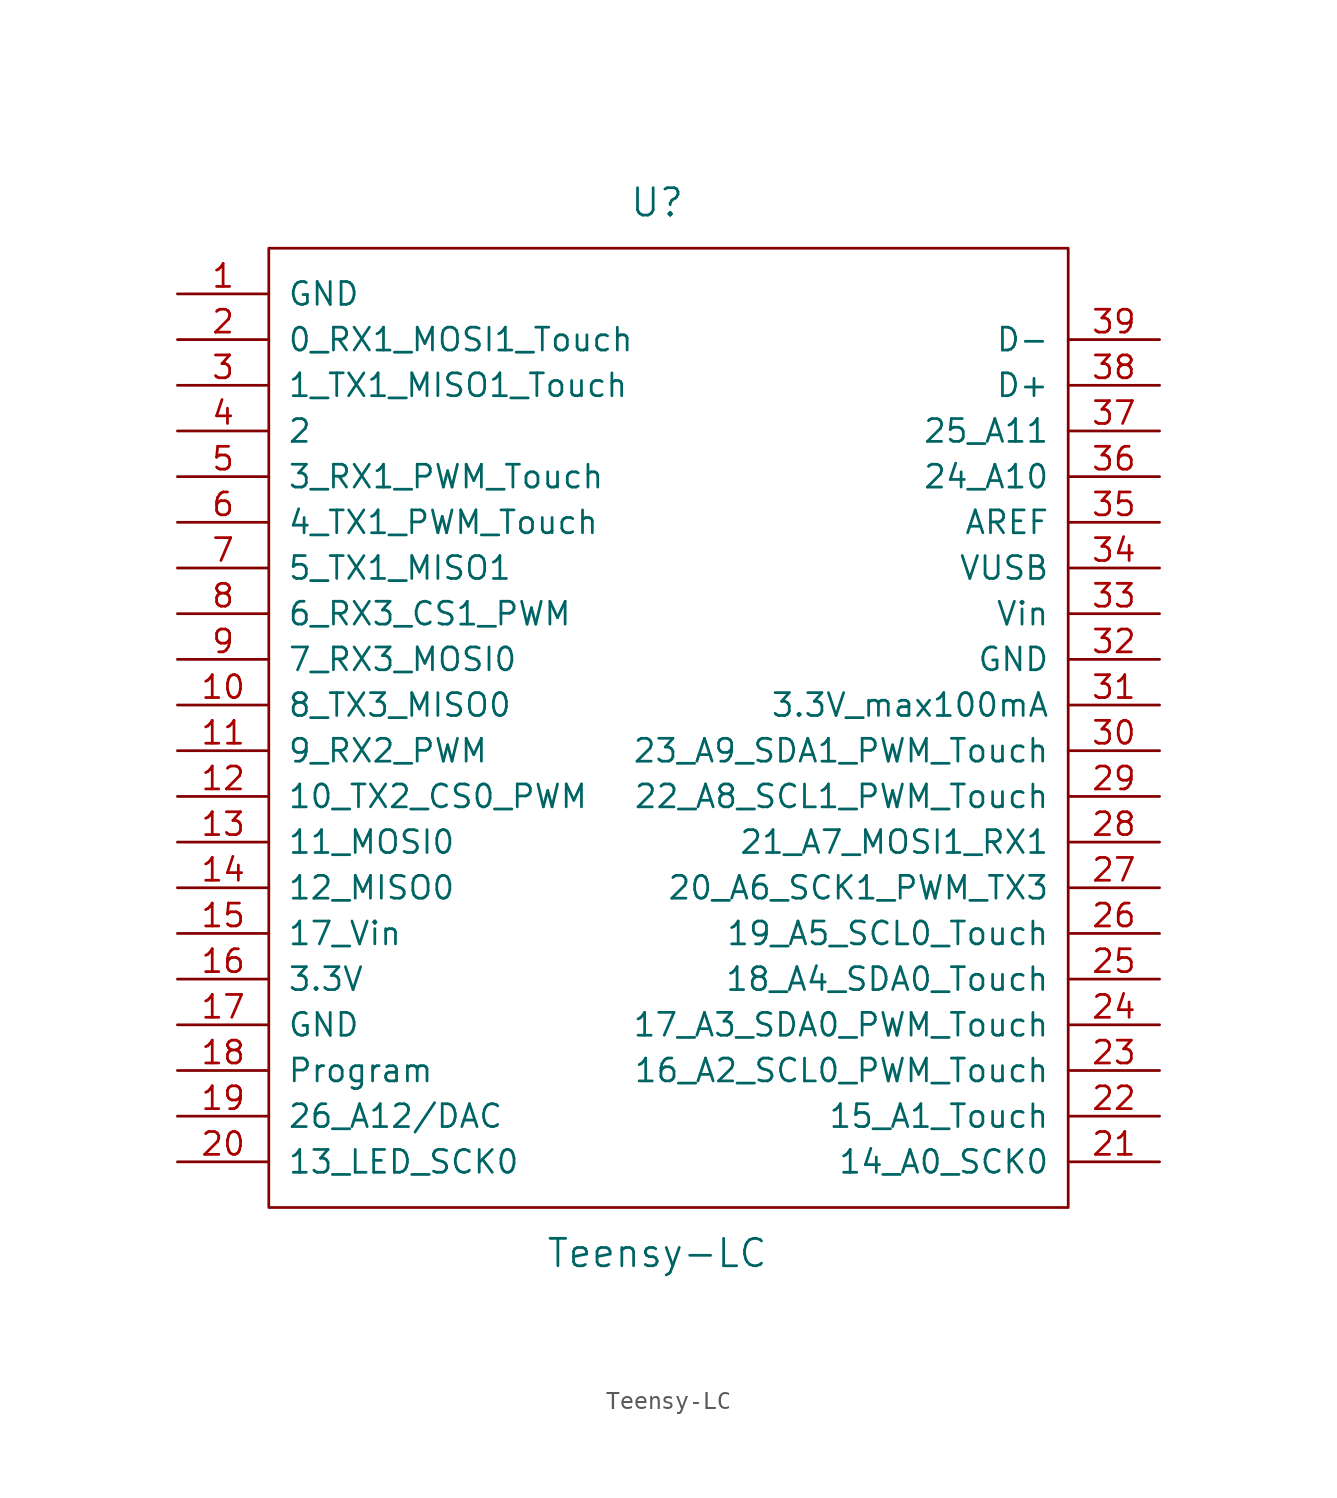
<source format=kicad_sym>
(kicad_symbol_lib
  (version 20211014)
  (generator kicad_symbol_editor)
  (symbol "Teensy-LC"
    (pin_names
      (offset 1.016))
    (property "Reference" "U"
      (at 0 29.21 0)
      (effects (font (size 1.524 1.524))))
    (property "Value" "Teensy-LC"
      (at 0 -29.21 0)
      (effects (font (size 1.524 1.524))))
    (property "Footprint" ""
      (at 0 -13.97 0)
      (effects (font (size 1.524 1.524))))
    (property "Datasheet" ""
      (at 0 -13.97 0)
      (effects (font (size 1.524 1.524))))
    (symbol "Teensy-LC_0_1"
      (rectangle (start -21.59 26.67) (end 22.86 -26.67) (stroke (width 0) (type default) (color 0 0 0 0)) (fill (type none))))
    (symbol "Teensy-LC_1_1"
      (pin power_in line (at -26.67 24.13 0) (length 5.08) (name "GND" (effects (font (size 1.27 1.27)))) (number "1" (effects (font (size 1.27 1.27)))))
      (pin bidirectional line (at -26.67 1.27 0) (length 5.08) (name "8_TX3_MISO0" (effects (font (size 1.27 1.27)))) (number "10" (effects (font (size 1.27 1.27)))))
      (pin bidirectional line (at -26.67 -1.27 0) (length 5.08) (name "9_RX2_PWM" (effects (font (size 1.27 1.27)))) (number "11" (effects (font (size 1.27 1.27)))))
      (pin bidirectional line (at -26.67 -3.81 0) (length 5.08) (name "10_TX2_CS0_PWM" (effects (font (size 1.27 1.27)))) (number "12" (effects (font (size 1.27 1.27)))))
      (pin bidirectional line (at -26.67 -6.35 0) (length 5.08) (name "11_MOSI0" (effects (font (size 1.27 1.27)))) (number "13" (effects (font (size 1.27 1.27)))))
      (pin bidirectional line (at -26.67 -8.89 0) (length 5.08) (name "12_MISO0" (effects (font (size 1.27 1.27)))) (number "14" (effects (font (size 1.27 1.27)))))
      (pin output line (at -26.67 -11.43 0) (length 5.08) (name "17_Vin" (effects (font (size 1.27 1.27)))) (number "15" (effects (font (size 1.27 1.27)))))
      (pin power_in line (at -26.67 -13.97 0) (length 5.08) (name "3.3V" (effects (font (size 1.27 1.27)))) (number "16" (effects (font (size 1.27 1.27)))))
      (pin power_in line (at -26.67 -16.51 0) (length 5.08) (name "GND" (effects (font (size 1.27 1.27)))) (number "17" (effects (font (size 1.27 1.27)))))
      (pin input line (at -26.67 -19.05 0) (length 5.08) (name "Program" (effects (font (size 1.27 1.27)))) (number "18" (effects (font (size 1.27 1.27)))))
      (pin bidirectional line (at -26.67 -21.59 0) (length 5.08) (name "26_A12/DAC" (effects (font (size 1.27 1.27)))) (number "19" (effects (font (size 1.27 1.27)))))
      (pin bidirectional line (at -26.67 21.59 0) (length 5.08) (name "0_RX1_MOSI1_Touch" (effects (font (size 1.27 1.27)))) (number "2" (effects (font (size 1.27 1.27)))))
      (pin bidirectional line (at -26.67 -24.13 0) (length 5.08) (name "13_LED_SCK0" (effects (font (size 1.27 1.27)))) (number "20" (effects (font (size 1.27 1.27)))))
      (pin bidirectional line (at 27.94 -24.13 180) (length 5.08) (name "14_A0_SCK0" (effects (font (size 1.27 1.27)))) (number "21" (effects (font (size 1.27 1.27)))))
      (pin bidirectional line (at 27.94 -21.59 180) (length 5.08) (name "15_A1_Touch" (effects (font (size 1.27 1.27)))) (number "22" (effects (font (size 1.27 1.27)))))
      (pin bidirectional line (at 27.94 -19.05 180) (length 5.08) (name "16_A2_SCL0_PWM_Touch" (effects (font (size 1.27 1.27)))) (number "23" (effects (font (size 1.27 1.27)))))
      (pin bidirectional line (at 27.94 -16.51 180) (length 5.08) (name "17_A3_SDA0_PWM_Touch" (effects (font (size 1.27 1.27)))) (number "24" (effects (font (size 1.27 1.27)))))
      (pin bidirectional line (at 27.94 -13.97 180) (length 5.08) (name "18_A4_SDA0_Touch" (effects (font (size 1.27 1.27)))) (number "25" (effects (font (size 1.27 1.27)))))
      (pin bidirectional line (at 27.94 -11.43 180) (length 5.08) (name "19_A5_SCL0_Touch" (effects (font (size 1.27 1.27)))) (number "26" (effects (font (size 1.27 1.27)))))
      (pin bidirectional line (at 27.94 -8.89 180) (length 5.08) (name "20_A6_SCK1_PWM_TX3" (effects (font (size 1.27 1.27)))) (number "27" (effects (font (size 1.27 1.27)))))
      (pin bidirectional line (at 27.94 -6.35 180) (length 5.08) (name "21_A7_MOSI1_RX1" (effects (font (size 1.27 1.27)))) (number "28" (effects (font (size 1.27 1.27)))))
      (pin bidirectional line (at 27.94 -3.81 180) (length 5.08) (name "22_A8_SCL1_PWM_Touch" (effects (font (size 1.27 1.27)))) (number "29" (effects (font (size 1.27 1.27)))))
      (pin bidirectional line (at -26.67 19.05 0) (length 5.08) (name "1_TX1_MISO1_Touch" (effects (font (size 1.27 1.27)))) (number "3" (effects (font (size 1.27 1.27)))))
      (pin bidirectional line (at 27.94 -1.27 180) (length 5.08) (name "23_A9_SDA1_PWM_Touch" (effects (font (size 1.27 1.27)))) (number "30" (effects (font (size 1.27 1.27)))))
      (pin power_out line (at 27.94 1.27 180) (length 5.08) (name "3.3V_max100mA" (effects (font (size 1.27 1.27)))) (number "31" (effects (font (size 1.27 1.27)))))
      (pin power_in line (at 27.94 3.81 180) (length 5.08) (name "GND" (effects (font (size 1.27 1.27)))) (number "32" (effects (font (size 1.27 1.27)))))
      (pin power_in line (at 27.94 6.35 180) (length 5.08) (name "Vin" (effects (font (size 1.27 1.27)))) (number "33" (effects (font (size 1.27 1.27)))))
      (pin power_in line (at 27.94 8.89 180) (length 5.08) (name "VUSB" (effects (font (size 1.27 1.27)))) (number "34" (effects (font (size 1.27 1.27)))))
      (pin input line (at 27.94 11.43 180) (length 5.08) (name "AREF" (effects (font (size 1.27 1.27)))) (number "35" (effects (font (size 1.27 1.27)))))
      (pin bidirectional line (at 27.94 13.97 180) (length 5.08) (name "24_A10" (effects (font (size 1.27 1.27)))) (number "36" (effects (font (size 1.27 1.27)))))
      (pin bidirectional line (at 27.94 16.51 180) (length 5.08) (name "25_A11" (effects (font (size 1.27 1.27)))) (number "37" (effects (font (size 1.27 1.27)))))
      (pin bidirectional line (at 27.94 19.05 180) (length 5.08) (name "D+" (effects (font (size 1.27 1.27)))) (number "38" (effects (font (size 1.27 1.27)))))
      (pin bidirectional line (at 27.94 21.59 180) (length 5.08) (name "D-" (effects (font (size 1.27 1.27)))) (number "39" (effects (font (size 1.27 1.27)))))
      (pin bidirectional line (at -26.67 16.51 0) (length 5.08) (name "2" (effects (font (size 1.27 1.27)))) (number "4" (effects (font (size 1.27 1.27)))))
      (pin bidirectional line (at -26.67 13.97 0) (length 5.08) (name "3_RX1_PWM_Touch" (effects (font (size 1.27 1.27)))) (number "5" (effects (font (size 1.27 1.27)))))
      (pin bidirectional line (at -26.67 11.43 0) (length 5.08) (name "4_TX1_PWM_Touch" (effects (font (size 1.27 1.27)))) (number "6" (effects (font (size 1.27 1.27)))))
      (pin bidirectional line (at -26.67 8.89 0) (length 5.08) (name "5_TX1_MISO1" (effects (font (size 1.27 1.27)))) (number "7" (effects (font (size 1.27 1.27)))))
      (pin bidirectional line (at -26.67 6.35 0) (length 5.08) (name "6_RX3_CS1_PWM" (effects (font (size 1.27 1.27)))) (number "8" (effects (font (size 1.27 1.27)))))
      (pin bidirectional line (at -26.67 3.81 0) (length 5.08) (name "7_RX3_MOSI0" (effects (font (size 1.27 1.27)))) (number "9" (effects (font (size 1.27 1.27))))))))
</source>
